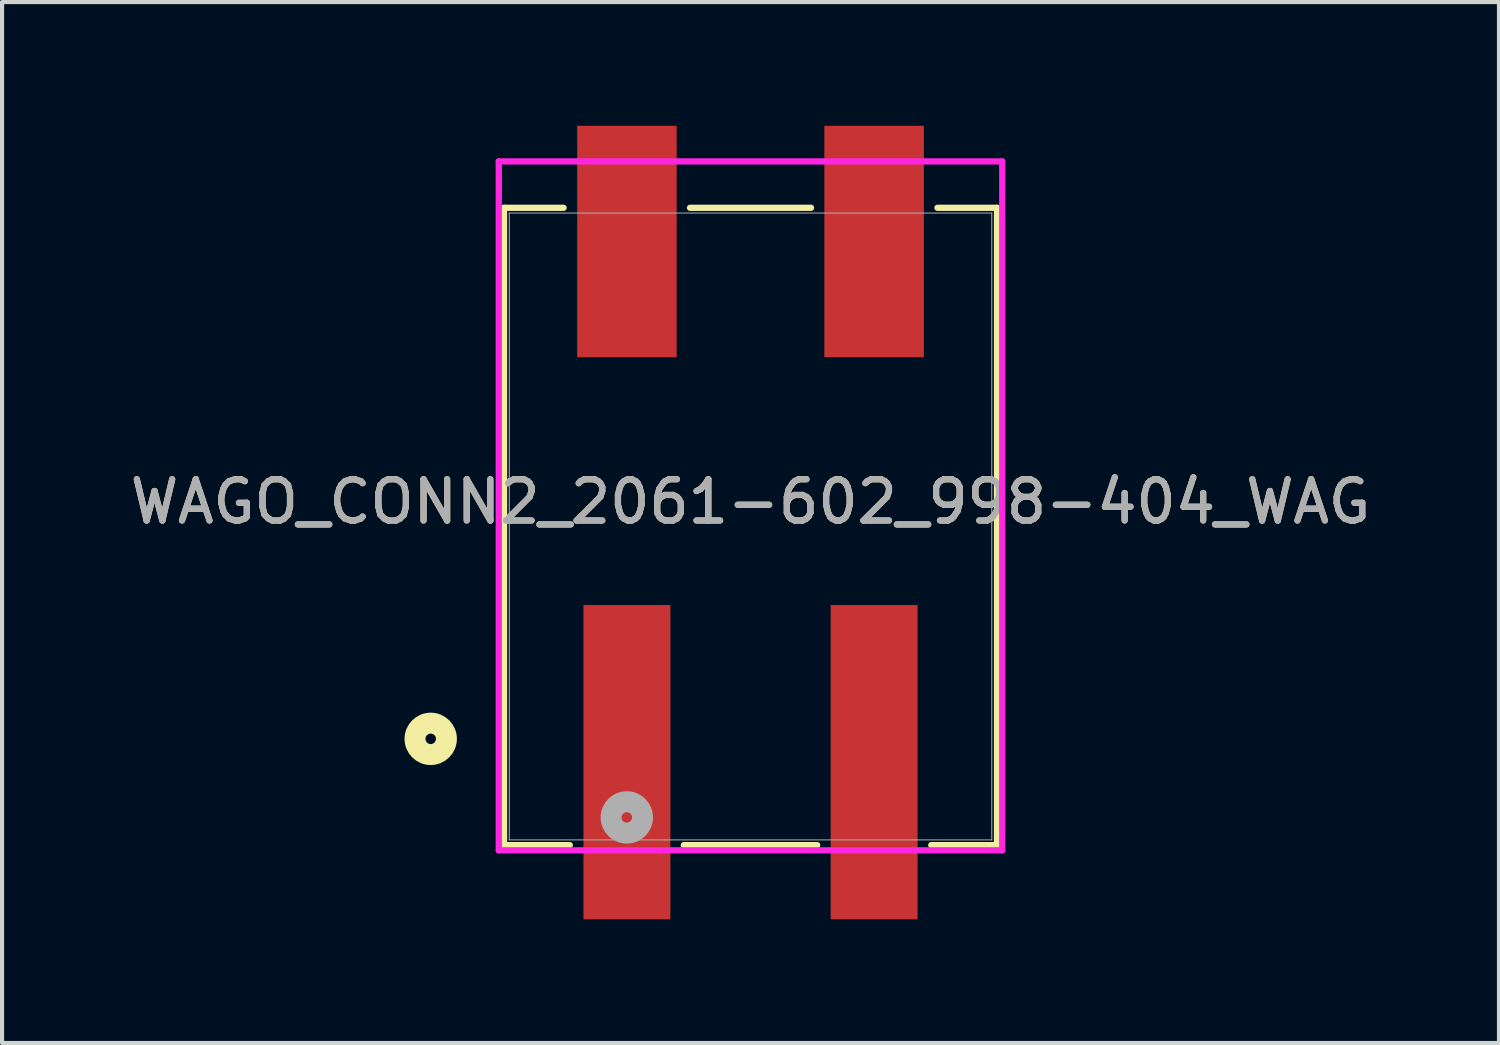
<source format=kicad_pcb>
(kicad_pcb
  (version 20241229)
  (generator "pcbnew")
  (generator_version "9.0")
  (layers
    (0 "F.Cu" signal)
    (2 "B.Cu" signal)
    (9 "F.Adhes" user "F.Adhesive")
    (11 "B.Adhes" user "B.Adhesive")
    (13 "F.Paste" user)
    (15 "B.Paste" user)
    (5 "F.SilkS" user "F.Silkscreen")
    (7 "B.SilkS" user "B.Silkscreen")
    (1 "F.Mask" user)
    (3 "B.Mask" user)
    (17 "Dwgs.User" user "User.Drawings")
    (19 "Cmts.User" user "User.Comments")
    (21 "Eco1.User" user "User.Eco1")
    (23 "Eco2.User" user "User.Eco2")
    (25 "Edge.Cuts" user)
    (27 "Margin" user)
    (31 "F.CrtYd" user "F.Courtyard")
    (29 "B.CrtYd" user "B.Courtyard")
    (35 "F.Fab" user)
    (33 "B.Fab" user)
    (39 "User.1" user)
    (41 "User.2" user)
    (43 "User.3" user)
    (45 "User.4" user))
  (footprint "WAGO_CONN2_2061-602_998-404_WAG"
    (layer "F.Cu")
    (at 15.149 9.716)
    (property "Reference" "WAGO_CONN2_2061-602_998-404_WAG" (at 0 -0.6 0) (unlocked yes) (layer "F.SilkS") (effects (font (size 1 1) (thickness 0.15))))
    (attr smd)
    (fp_line (start -5.977 -7.727) (end -5.977 7.727) (stroke (width 0.152) (type solid)) (layer "F.SilkS"))
    (fp_line (start -5.977 7.727) (end -4.383 7.727) (stroke (width 0.152) (type solid)) (layer "F.SilkS"))
    (fp_line (start -4.533 -7.727) (end -5.977 -7.727) (stroke (width 0.152) (type solid)) (layer "F.SilkS"))
    (fp_line (start -1.617 7.727) (end 1.617 7.727) (stroke (width 0.152) (type solid)) (layer "F.SilkS"))
    (fp_line (start 1.467 -7.727) (end -1.467 -7.727) (stroke (width 0.152) (type solid)) (layer "F.SilkS"))
    (fp_line (start 4.383 7.727) (end 5.977 7.727) (stroke (width 0.152) (type solid)) (layer "F.SilkS"))
    (fp_line (start 5.977 -7.727) (end 4.533 -7.727) (stroke (width 0.152) (type solid)) (layer "F.SilkS"))
    (fp_line (start 5.977 7.727) (end 5.977 -7.727) (stroke (width 0.152) (type solid)) (layer "F.SilkS"))
    (fp_circle (center -7.755 5.15) (end -7.374 5.15) (stroke (width 0.508) (type solid)) (fill no) (layer "F.SilkS"))
    (fp_line (start -6.104 -8.852) (end -6.104 7.854) (stroke (width 0.152) (type solid)) (layer "F.CrtYd"))
    (fp_line (start -6.104 7.854) (end 6.104 7.854) (stroke (width 0.152) (type solid)) (layer "F.CrtYd"))
    (fp_line (start 6.104 -8.852) (end -6.104 -8.852) (stroke (width 0.152) (type solid)) (layer "F.CrtYd"))
    (fp_line (start 6.104 7.854) (end 6.104 -8.852) (stroke (width 0.152) (type solid)) (layer "F.CrtYd"))
    (fp_line (start -5.85 -7.6) (end -5.85 7.6) (stroke (width 0.025) (type solid)) (layer "F.Fab"))
    (fp_line (start -5.85 7.6) (end 5.85 7.6) (stroke (width 0.025) (type solid)) (layer "F.Fab"))
    (fp_line (start 5.85 -7.6) (end -5.85 -7.6) (stroke (width 0.025) (type solid)) (layer "F.Fab"))
    (fp_line (start 5.85 7.6) (end 5.85 -7.6) (stroke (width 0.025) (type solid)) (layer "F.Fab"))
    (fp_circle (center -3 7.055) (end -2.619 7.055) (stroke (width 0.508) (type solid)) (fill no) (layer "F.Fab"))
    (fp_text user "${REFERENCE}" (at 0 -0.6 0) (unlocked yes) (layer "F.Fab") (effects (font (size 1 1) (thickness 0.15))))
    (pad "1" smd rect (at -2.997 5.715) (size 2.108 7.62) (layers "F.Cu" "F.Mask" "F.Paste"))
    (pad "2" smd rect (at -2.997 -6.909) (size 2.413 5.613) (layers "F.Cu" "F.Mask" "F.Paste"))
    (pad "3" smd rect (at 2.997 5.715) (size 2.108 7.62) (layers "F.Cu" "F.Mask" "F.Paste"))
    (pad "4" smd rect (at 2.997 -6.909) (size 2.413 5.613) (layers "F.Cu" "F.Mask" "F.Paste")))
  (gr_rect
    (start -3 -3)
    (end 33.298 22.241)
    (stroke (width 0.1) (type default))
    (fill no)
    (layer "Edge.Cuts")))
</source>
